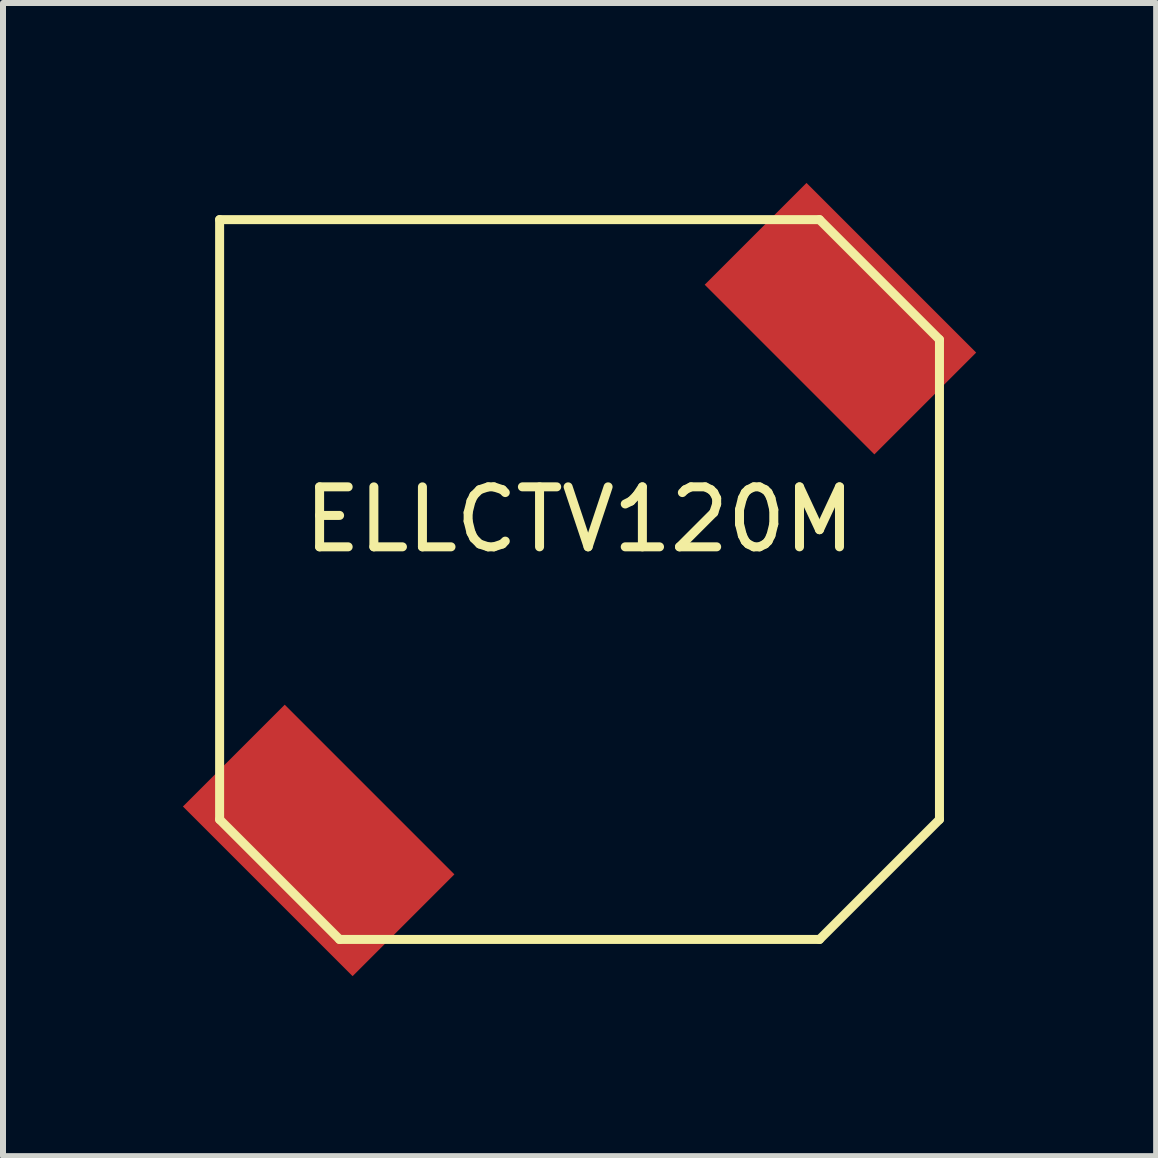
<source format=kicad_pcb>
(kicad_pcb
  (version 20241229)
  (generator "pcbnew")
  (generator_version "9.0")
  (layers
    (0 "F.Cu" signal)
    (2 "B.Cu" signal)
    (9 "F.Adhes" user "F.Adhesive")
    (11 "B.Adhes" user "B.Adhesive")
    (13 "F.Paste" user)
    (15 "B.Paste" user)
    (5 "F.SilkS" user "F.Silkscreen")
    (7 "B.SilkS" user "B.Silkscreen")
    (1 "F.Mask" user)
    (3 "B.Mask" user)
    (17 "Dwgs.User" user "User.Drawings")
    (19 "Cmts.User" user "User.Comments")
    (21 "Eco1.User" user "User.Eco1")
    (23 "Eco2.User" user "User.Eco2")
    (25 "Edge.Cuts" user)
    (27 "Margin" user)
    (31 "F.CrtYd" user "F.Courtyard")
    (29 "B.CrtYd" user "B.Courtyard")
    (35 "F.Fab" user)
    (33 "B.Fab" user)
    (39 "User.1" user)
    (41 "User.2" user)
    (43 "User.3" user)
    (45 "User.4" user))
  (footprint "ELLCTV120M"
    (layer "F.Cu")
    (at 6.611 6.611)
    (property "Reference" "ELLCTV120M" (at 0 -1 0) (layer "F.SilkS") (effects (font (size 1 1) (thickness 0.15))))
    (attr through_hole)
    (fp_line (start -6 -6) (end 4 -6) (stroke (width 0.15) (type solid)) (layer "F.SilkS"))
    (fp_line (start -6 4) (end -6 -6) (stroke (width 0.15) (type solid)) (layer "F.SilkS"))
    (fp_line (start -4 6) (end -6 4) (stroke (width 0.15) (type solid)) (layer "F.SilkS"))
    (fp_line (start 4 -6) (end 6 -4) (stroke (width 0.15) (type solid)) (layer "F.SilkS"))
    (fp_line (start 4 6) (end -4 6) (stroke (width 0.15) (type solid)) (layer "F.SilkS"))
    (fp_line (start 6 -4) (end 6 4) (stroke (width 0.15) (type solid)) (layer "F.SilkS"))
    (fp_line (start 6 4) (end 4 6) (stroke (width 0.15) (type solid)) (layer "F.SilkS"))
    (pad "1" smd rect (at -4.349 4.349 315) (size 4 2.4) (layers "F.Cu" "F.Mask" "F.Paste"))
    (pad "2" smd rect (at 4.349 -4.349 315) (size 4 2.4) (layers "F.Cu" "F.Mask" "F.Paste")))
  (gr_rect
    (start -3 -3)
    (end 16.223 16.223)
    (stroke (width 0.1) (type default))
    (fill no)
    (layer "Edge.Cuts")))
</source>
